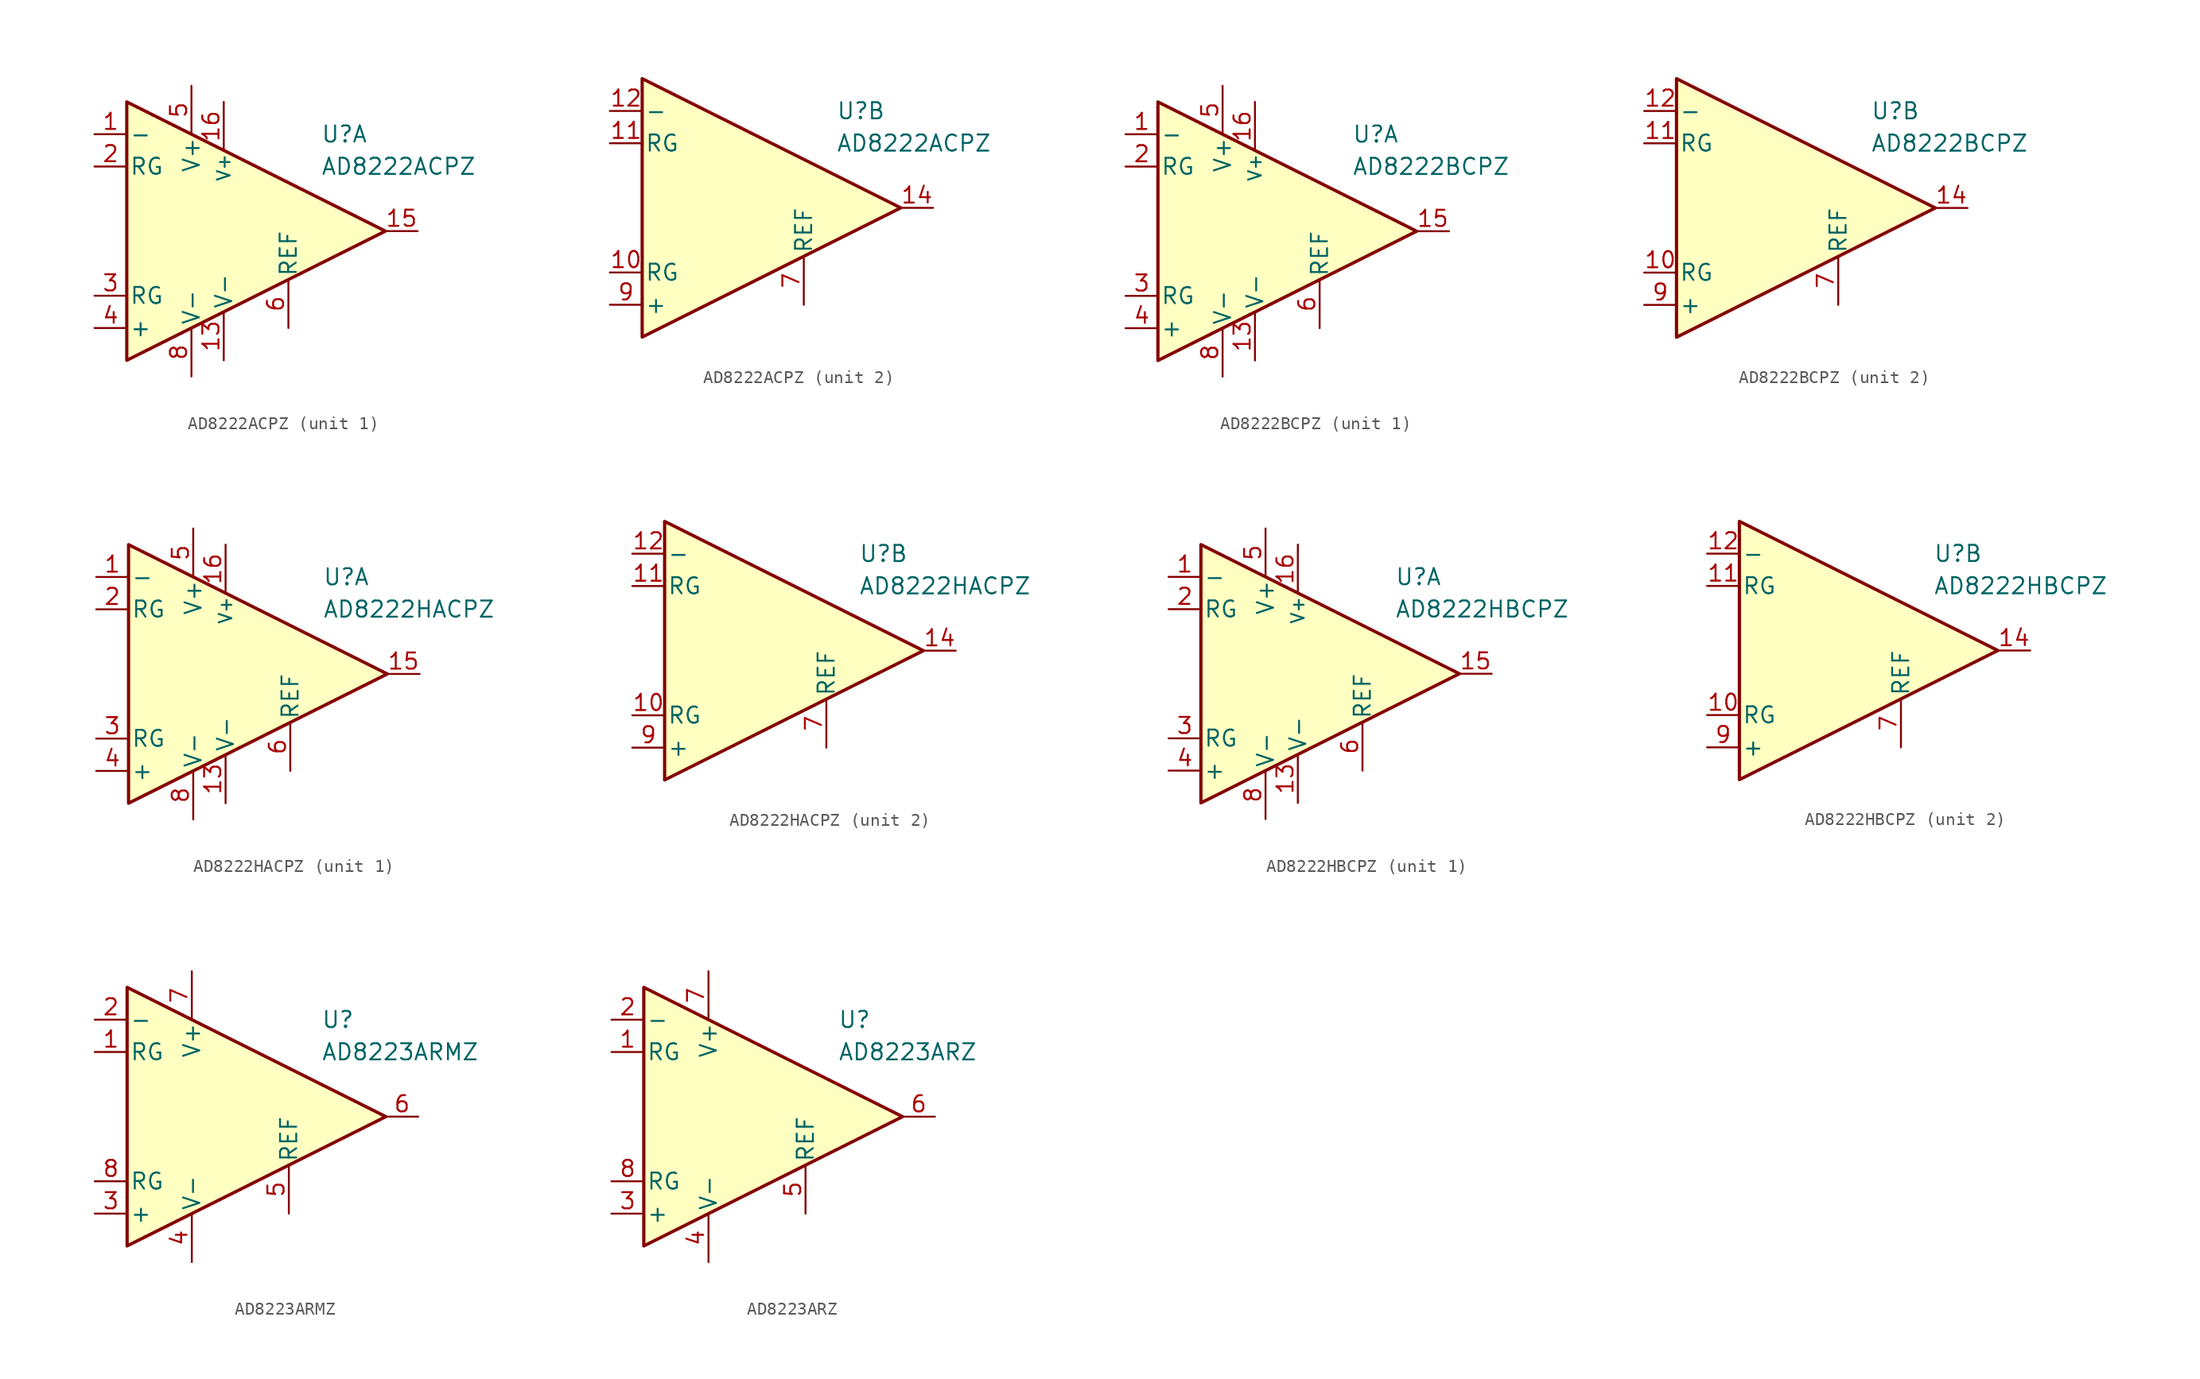
<source format=kicad_sym>
(kicad_symbol_lib
  (version 20231120)
  (generator "kicad_symbol_editor")
  (generator_version "8.0")
  (symbol "AD8222ACPZ"
    (pin_names
      (offset 0.2))
    (property "Reference" "U"
      (at 6.35 7.62 0)
      (effects (font (size 1.27 1.27)) (justify left)))
    (property "Value" "AD8222ACPZ"
      (at 6.35 5.08 0)
      (effects (font (size 1.27 1.27)) (justify left)))
    (property "ki_locked" ""
      (at 0 0 0)
      (effects (font (size 1.27 1.27))))
    (symbol "AD8222ACPZ_0_1"
      (polyline (pts (xy -8.89 10.16) (xy -8.89 -10.16) (xy 11.43 0) (xy -8.89 10.16)) (stroke (width 0.254) (type default)) (fill (type background))))
    (symbol "AD8222ACPZ_1_1"
      (pin input line (at -11.43 7.62 0) (length 2.54) (name "-" (effects (font (size 1.27 1.27)))) (number "1" (effects (font (size 1.27 1.27)))))
      (pin power_in line (at -1.27 -10.16 90) (length 3.81) (name "V-" (effects (font (size 1.27 1.27)))) (number "13" (effects (font (size 1.27 1.27)))))
      (pin output line (at 13.97 0 180) (length 2.54) (name "~" (effects (font (size 1.27 1.27)))) (number "15" (effects (font (size 1.27 1.27)))))
      (pin power_in line (at -1.27 10.16 270) (length 3.81) (name "V+" (effects (font (size 1 1)))) (number "16" (effects (font (size 1.27 1.27)))))
      (pin passive line (at -11.43 5.08 0) (length 2.54) (name "RG" (effects (font (size 1.27 1.27)))) (number "2" (effects (font (size 1.27 1.27)))))
      (pin passive line (at -11.43 -5.08 0) (length 2.54) (name "RG" (effects (font (size 1.27 1.27)))) (number "3" (effects (font (size 1.27 1.27)))))
      (pin input line (at -11.43 -7.62 0) (length 2.54) (name "+" (effects (font (size 1.27 1.27)))) (number "4" (effects (font (size 1.27 1.27)))))
      (pin power_in line (at -3.81 11.43 270) (length 3.81) (name "V+" (effects (font (size 1.27 1.27)))) (number "5" (effects (font (size 1.27 1.27)))))
      (pin input line (at 3.81 -7.62 90) (length 3.81) (name "REF" (effects (font (size 1.27 1.27)))) (number "6" (effects (font (size 1.27 1.27)))))
      (pin power_in line (at -3.81 -11.43 90) (length 3.81) (name "V-" (effects (font (size 1.27 1.27)))) (number "8" (effects (font (size 1.27 1.27))))))
    (symbol "AD8222ACPZ_2_1"
      (pin passive line (at -11.43 -5.08 0) (length 2.54) (name "RG" (effects (font (size 1.27 1.27)))) (number "10" (effects (font (size 1.27 1.27)))))
      (pin passive line (at -11.43 5.08 0) (length 2.54) (name "RG" (effects (font (size 1.27 1.27)))) (number "11" (effects (font (size 1.27 1.27)))))
      (pin input line (at -11.43 7.62 0) (length 2.54) (name "-" (effects (font (size 1.27 1.27)))) (number "12" (effects (font (size 1.27 1.27)))))
      (pin output line (at 13.97 0 180) (length 2.54) (name "~" (effects (font (size 1.27 1.27)))) (number "14" (effects (font (size 1.27 1.27)))))
      (pin input line (at 3.81 -7.62 90) (length 3.81) (name "REF" (effects (font (size 1.27 1.27)))) (number "7" (effects (font (size 1.27 1.27)))))
      (pin input line (at -11.43 -7.62 0) (length 2.54) (name "+" (effects (font (size 1.27 1.27)))) (number "9" (effects (font (size 1.27 1.27)))))))
  (symbol "AD8222BCPZ"
    (pin_names
      (offset 0.2))
    (property "Reference" "U"
      (at 6.35 7.62 0)
      (effects (font (size 1.27 1.27)) (justify left)))
    (property "Value" "AD8222BCPZ"
      (at 6.35 5.08 0)
      (effects (font (size 1.27 1.27)) (justify left)))
    (property "ki_locked" ""
      (at 0 0 0)
      (effects (font (size 1.27 1.27))))
    (symbol "AD8222BCPZ_0_1"
      (polyline (pts (xy -8.89 10.16) (xy -8.89 -10.16) (xy 11.43 0) (xy -8.89 10.16)) (stroke (width 0.254) (type default)) (fill (type background))))
    (symbol "AD8222BCPZ_1_1"
      (pin input line (at -11.43 7.62 0) (length 2.54) (name "-" (effects (font (size 1.27 1.27)))) (number "1" (effects (font (size 1.27 1.27)))))
      (pin power_in line (at -1.27 -10.16 90) (length 3.81) (name "V-" (effects (font (size 1.27 1.27)))) (number "13" (effects (font (size 1.27 1.27)))))
      (pin output line (at 13.97 0 180) (length 2.54) (name "~" (effects (font (size 1.27 1.27)))) (number "15" (effects (font (size 1.27 1.27)))))
      (pin power_in line (at -1.27 10.16 270) (length 3.81) (name "V+" (effects (font (size 1 1)))) (number "16" (effects (font (size 1.27 1.27)))))
      (pin passive line (at -11.43 5.08 0) (length 2.54) (name "RG" (effects (font (size 1.27 1.27)))) (number "2" (effects (font (size 1.27 1.27)))))
      (pin passive line (at -11.43 -5.08 0) (length 2.54) (name "RG" (effects (font (size 1.27 1.27)))) (number "3" (effects (font (size 1.27 1.27)))))
      (pin input line (at -11.43 -7.62 0) (length 2.54) (name "+" (effects (font (size 1.27 1.27)))) (number "4" (effects (font (size 1.27 1.27)))))
      (pin power_in line (at -3.81 11.43 270) (length 3.81) (name "V+" (effects (font (size 1.27 1.27)))) (number "5" (effects (font (size 1.27 1.27)))))
      (pin input line (at 3.81 -7.62 90) (length 3.81) (name "REF" (effects (font (size 1.27 1.27)))) (number "6" (effects (font (size 1.27 1.27)))))
      (pin power_in line (at -3.81 -11.43 90) (length 3.81) (name "V-" (effects (font (size 1.27 1.27)))) (number "8" (effects (font (size 1.27 1.27))))))
    (symbol "AD8222BCPZ_2_1"
      (pin passive line (at -11.43 -5.08 0) (length 2.54) (name "RG" (effects (font (size 1.27 1.27)))) (number "10" (effects (font (size 1.27 1.27)))))
      (pin passive line (at -11.43 5.08 0) (length 2.54) (name "RG" (effects (font (size 1.27 1.27)))) (number "11" (effects (font (size 1.27 1.27)))))
      (pin input line (at -11.43 7.62 0) (length 2.54) (name "-" (effects (font (size 1.27 1.27)))) (number "12" (effects (font (size 1.27 1.27)))))
      (pin output line (at 13.97 0 180) (length 2.54) (name "~" (effects (font (size 1.27 1.27)))) (number "14" (effects (font (size 1.27 1.27)))))
      (pin input line (at 3.81 -7.62 90) (length 3.81) (name "REF" (effects (font (size 1.27 1.27)))) (number "7" (effects (font (size 1.27 1.27)))))
      (pin input line (at -11.43 -7.62 0) (length 2.54) (name "+" (effects (font (size 1.27 1.27)))) (number "9" (effects (font (size 1.27 1.27)))))))
  (symbol "AD8222HACPZ"
    (pin_names
      (offset 0.2))
    (property "Reference" "U"
      (at 6.35 7.62 0)
      (effects (font (size 1.27 1.27)) (justify left)))
    (property "Value" "AD8222HACPZ"
      (at 6.35 5.08 0)
      (effects (font (size 1.27 1.27)) (justify left)))
    (property "ki_locked" ""
      (at 0 0 0)
      (effects (font (size 1.27 1.27))))
    (symbol "AD8222HACPZ_0_1"
      (polyline (pts (xy -8.89 10.16) (xy -8.89 -10.16) (xy 11.43 0) (xy -8.89 10.16)) (stroke (width 0.254) (type default)) (fill (type background))))
    (symbol "AD8222HACPZ_1_1"
      (pin input line (at -11.43 7.62 0) (length 2.54) (name "-" (effects (font (size 1.27 1.27)))) (number "1" (effects (font (size 1.27 1.27)))))
      (pin power_in line (at -1.27 -10.16 90) (length 3.81) (name "V-" (effects (font (size 1.27 1.27)))) (number "13" (effects (font (size 1.27 1.27)))))
      (pin output line (at 13.97 0 180) (length 2.54) (name "~" (effects (font (size 1.27 1.27)))) (number "15" (effects (font (size 1.27 1.27)))))
      (pin power_in line (at -1.27 10.16 270) (length 3.81) (name "V+" (effects (font (size 1 1)))) (number "16" (effects (font (size 1.27 1.27)))))
      (pin passive line (at -11.43 5.08 0) (length 2.54) (name "RG" (effects (font (size 1.27 1.27)))) (number "2" (effects (font (size 1.27 1.27)))))
      (pin passive line (at -11.43 -5.08 0) (length 2.54) (name "RG" (effects (font (size 1.27 1.27)))) (number "3" (effects (font (size 1.27 1.27)))))
      (pin input line (at -11.43 -7.62 0) (length 2.54) (name "+" (effects (font (size 1.27 1.27)))) (number "4" (effects (font (size 1.27 1.27)))))
      (pin power_in line (at -3.81 11.43 270) (length 3.81) (name "V+" (effects (font (size 1.27 1.27)))) (number "5" (effects (font (size 1.27 1.27)))))
      (pin input line (at 3.81 -7.62 90) (length 3.81) (name "REF" (effects (font (size 1.27 1.27)))) (number "6" (effects (font (size 1.27 1.27)))))
      (pin power_in line (at -3.81 -11.43 90) (length 3.81) (name "V-" (effects (font (size 1.27 1.27)))) (number "8" (effects (font (size 1.27 1.27))))))
    (symbol "AD8222HACPZ_2_1"
      (pin passive line (at -11.43 -5.08 0) (length 2.54) (name "RG" (effects (font (size 1.27 1.27)))) (number "10" (effects (font (size 1.27 1.27)))))
      (pin passive line (at -11.43 5.08 0) (length 2.54) (name "RG" (effects (font (size 1.27 1.27)))) (number "11" (effects (font (size 1.27 1.27)))))
      (pin input line (at -11.43 7.62 0) (length 2.54) (name "-" (effects (font (size 1.27 1.27)))) (number "12" (effects (font (size 1.27 1.27)))))
      (pin output line (at 13.97 0 180) (length 2.54) (name "~" (effects (font (size 1.27 1.27)))) (number "14" (effects (font (size 1.27 1.27)))))
      (pin input line (at 3.81 -7.62 90) (length 3.81) (name "REF" (effects (font (size 1.27 1.27)))) (number "7" (effects (font (size 1.27 1.27)))))
      (pin input line (at -11.43 -7.62 0) (length 2.54) (name "+" (effects (font (size 1.27 1.27)))) (number "9" (effects (font (size 1.27 1.27)))))))
  (symbol "AD8222HBCPZ"
    (pin_names
      (offset 0.2))
    (property "Reference" "U"
      (at 6.35 7.62 0)
      (effects (font (size 1.27 1.27)) (justify left)))
    (property "Value" "AD8222HBCPZ"
      (at 6.35 5.08 0)
      (effects (font (size 1.27 1.27)) (justify left)))
    (property "ki_locked" ""
      (at 0 0 0)
      (effects (font (size 1.27 1.27))))
    (symbol "AD8222HBCPZ_0_1"
      (polyline (pts (xy -8.89 10.16) (xy -8.89 -10.16) (xy 11.43 0) (xy -8.89 10.16)) (stroke (width 0.254) (type default)) (fill (type background))))
    (symbol "AD8222HBCPZ_1_1"
      (pin input line (at -11.43 7.62 0) (length 2.54) (name "-" (effects (font (size 1.27 1.27)))) (number "1" (effects (font (size 1.27 1.27)))))
      (pin power_in line (at -1.27 -10.16 90) (length 3.81) (name "V-" (effects (font (size 1.27 1.27)))) (number "13" (effects (font (size 1.27 1.27)))))
      (pin output line (at 13.97 0 180) (length 2.54) (name "~" (effects (font (size 1.27 1.27)))) (number "15" (effects (font (size 1.27 1.27)))))
      (pin power_in line (at -1.27 10.16 270) (length 3.81) (name "V+" (effects (font (size 1 1)))) (number "16" (effects (font (size 1.27 1.27)))))
      (pin passive line (at -11.43 5.08 0) (length 2.54) (name "RG" (effects (font (size 1.27 1.27)))) (number "2" (effects (font (size 1.27 1.27)))))
      (pin passive line (at -11.43 -5.08 0) (length 2.54) (name "RG" (effects (font (size 1.27 1.27)))) (number "3" (effects (font (size 1.27 1.27)))))
      (pin input line (at -11.43 -7.62 0) (length 2.54) (name "+" (effects (font (size 1.27 1.27)))) (number "4" (effects (font (size 1.27 1.27)))))
      (pin power_in line (at -3.81 11.43 270) (length 3.81) (name "V+" (effects (font (size 1.27 1.27)))) (number "5" (effects (font (size 1.27 1.27)))))
      (pin input line (at 3.81 -7.62 90) (length 3.81) (name "REF" (effects (font (size 1.27 1.27)))) (number "6" (effects (font (size 1.27 1.27)))))
      (pin power_in line (at -3.81 -11.43 90) (length 3.81) (name "V-" (effects (font (size 1.27 1.27)))) (number "8" (effects (font (size 1.27 1.27))))))
    (symbol "AD8222HBCPZ_2_1"
      (pin passive line (at -11.43 -5.08 0) (length 2.54) (name "RG" (effects (font (size 1.27 1.27)))) (number "10" (effects (font (size 1.27 1.27)))))
      (pin passive line (at -11.43 5.08 0) (length 2.54) (name "RG" (effects (font (size 1.27 1.27)))) (number "11" (effects (font (size 1.27 1.27)))))
      (pin input line (at -11.43 7.62 0) (length 2.54) (name "-" (effects (font (size 1.27 1.27)))) (number "12" (effects (font (size 1.27 1.27)))))
      (pin output line (at 13.97 0 180) (length 2.54) (name "~" (effects (font (size 1.27 1.27)))) (number "14" (effects (font (size 1.27 1.27)))))
      (pin input line (at 3.81 -7.62 90) (length 3.81) (name "REF" (effects (font (size 1.27 1.27)))) (number "7" (effects (font (size 1.27 1.27)))))
      (pin input line (at -11.43 -7.62 0) (length 2.54) (name "+" (effects (font (size 1.27 1.27)))) (number "9" (effects (font (size 1.27 1.27)))))))
  (symbol "AD8223ARMZ"
    (pin_names
      (offset 0.2))
    (property "Reference" "U"
      (at 6.35 7.62 0)
      (effects (font (size 1.27 1.27)) (justify left)))
    (property "Value" "AD8223ARMZ"
      (at 6.35 5.08 0)
      (effects (font (size 1.27 1.27)) (justify left)))
    (symbol "AD8223ARMZ_0_1"
      (polyline (pts (xy -8.89 10.16) (xy -8.89 -10.16) (xy 11.43 0) (xy -8.89 10.16)) (stroke (width 0.254) (type default)) (fill (type background))))
    (symbol "AD8223ARMZ_1_1"
      (pin passive line (at -11.43 5.08 0) (length 2.54) (name "RG" (effects (font (size 1.27 1.27)))) (number "1" (effects (font (size 1.27 1.27)))))
      (pin input line (at -11.43 7.62 0) (length 2.54) (name "-" (effects (font (size 1.27 1.27)))) (number "2" (effects (font (size 1.27 1.27)))))
      (pin input line (at -11.43 -7.62 0) (length 2.54) (name "+" (effects (font (size 1.27 1.27)))) (number "3" (effects (font (size 1.27 1.27)))))
      (pin power_in line (at -3.81 -11.43 90) (length 3.81) (name "V-" (effects (font (size 1.27 1.27)))) (number "4" (effects (font (size 1.27 1.27)))))
      (pin input line (at 3.81 -7.62 90) (length 3.81) (name "REF" (effects (font (size 1.27 1.27)))) (number "5" (effects (font (size 1.27 1.27)))))
      (pin output line (at 13.97 0 180) (length 2.54) (name "~" (effects (font (size 1.27 1.27)))) (number "6" (effects (font (size 1.27 1.27)))))
      (pin power_in line (at -3.81 11.43 270) (length 3.81) (name "V+" (effects (font (size 1.27 1.27)))) (number "7" (effects (font (size 1.27 1.27)))))
      (pin passive line (at -11.43 -5.08 0) (length 2.54) (name "RG" (effects (font (size 1.27 1.27)))) (number "8" (effects (font (size 1.27 1.27)))))))
  (symbol "AD8223ARZ"
    (pin_names
      (offset 0.2))
    (property "Reference" "U"
      (at 6.35 7.62 0)
      (effects (font (size 1.27 1.27)) (justify left)))
    (property "Value" "AD8223ARZ"
      (at 6.35 5.08 0)
      (effects (font (size 1.27 1.27)) (justify left)))
    (symbol "AD8223ARZ_0_1"
      (polyline (pts (xy -8.89 10.16) (xy -8.89 -10.16) (xy 11.43 0) (xy -8.89 10.16)) (stroke (width 0.254) (type default)) (fill (type background))))
    (symbol "AD8223ARZ_1_1"
      (pin passive line (at -11.43 5.08 0) (length 2.54) (name "RG" (effects (font (size 1.27 1.27)))) (number "1" (effects (font (size 1.27 1.27)))))
      (pin input line (at -11.43 7.62 0) (length 2.54) (name "-" (effects (font (size 1.27 1.27)))) (number "2" (effects (font (size 1.27 1.27)))))
      (pin input line (at -11.43 -7.62 0) (length 2.54) (name "+" (effects (font (size 1.27 1.27)))) (number "3" (effects (font (size 1.27 1.27)))))
      (pin power_in line (at -3.81 -11.43 90) (length 3.81) (name "V-" (effects (font (size 1.27 1.27)))) (number "4" (effects (font (size 1.27 1.27)))))
      (pin input line (at 3.81 -7.62 90) (length 3.81) (name "REF" (effects (font (size 1.27 1.27)))) (number "5" (effects (font (size 1.27 1.27)))))
      (pin output line (at 13.97 0 180) (length 2.54) (name "~" (effects (font (size 1.27 1.27)))) (number "6" (effects (font (size 1.27 1.27)))))
      (pin power_in line (at -3.81 11.43 270) (length 3.81) (name "V+" (effects (font (size 1.27 1.27)))) (number "7" (effects (font (size 1.27 1.27)))))
      (pin passive line (at -11.43 -5.08 0) (length 2.54) (name "RG" (effects (font (size 1.27 1.27)))) (number "8" (effects (font (size 1.27 1.27))))))))
</source>
